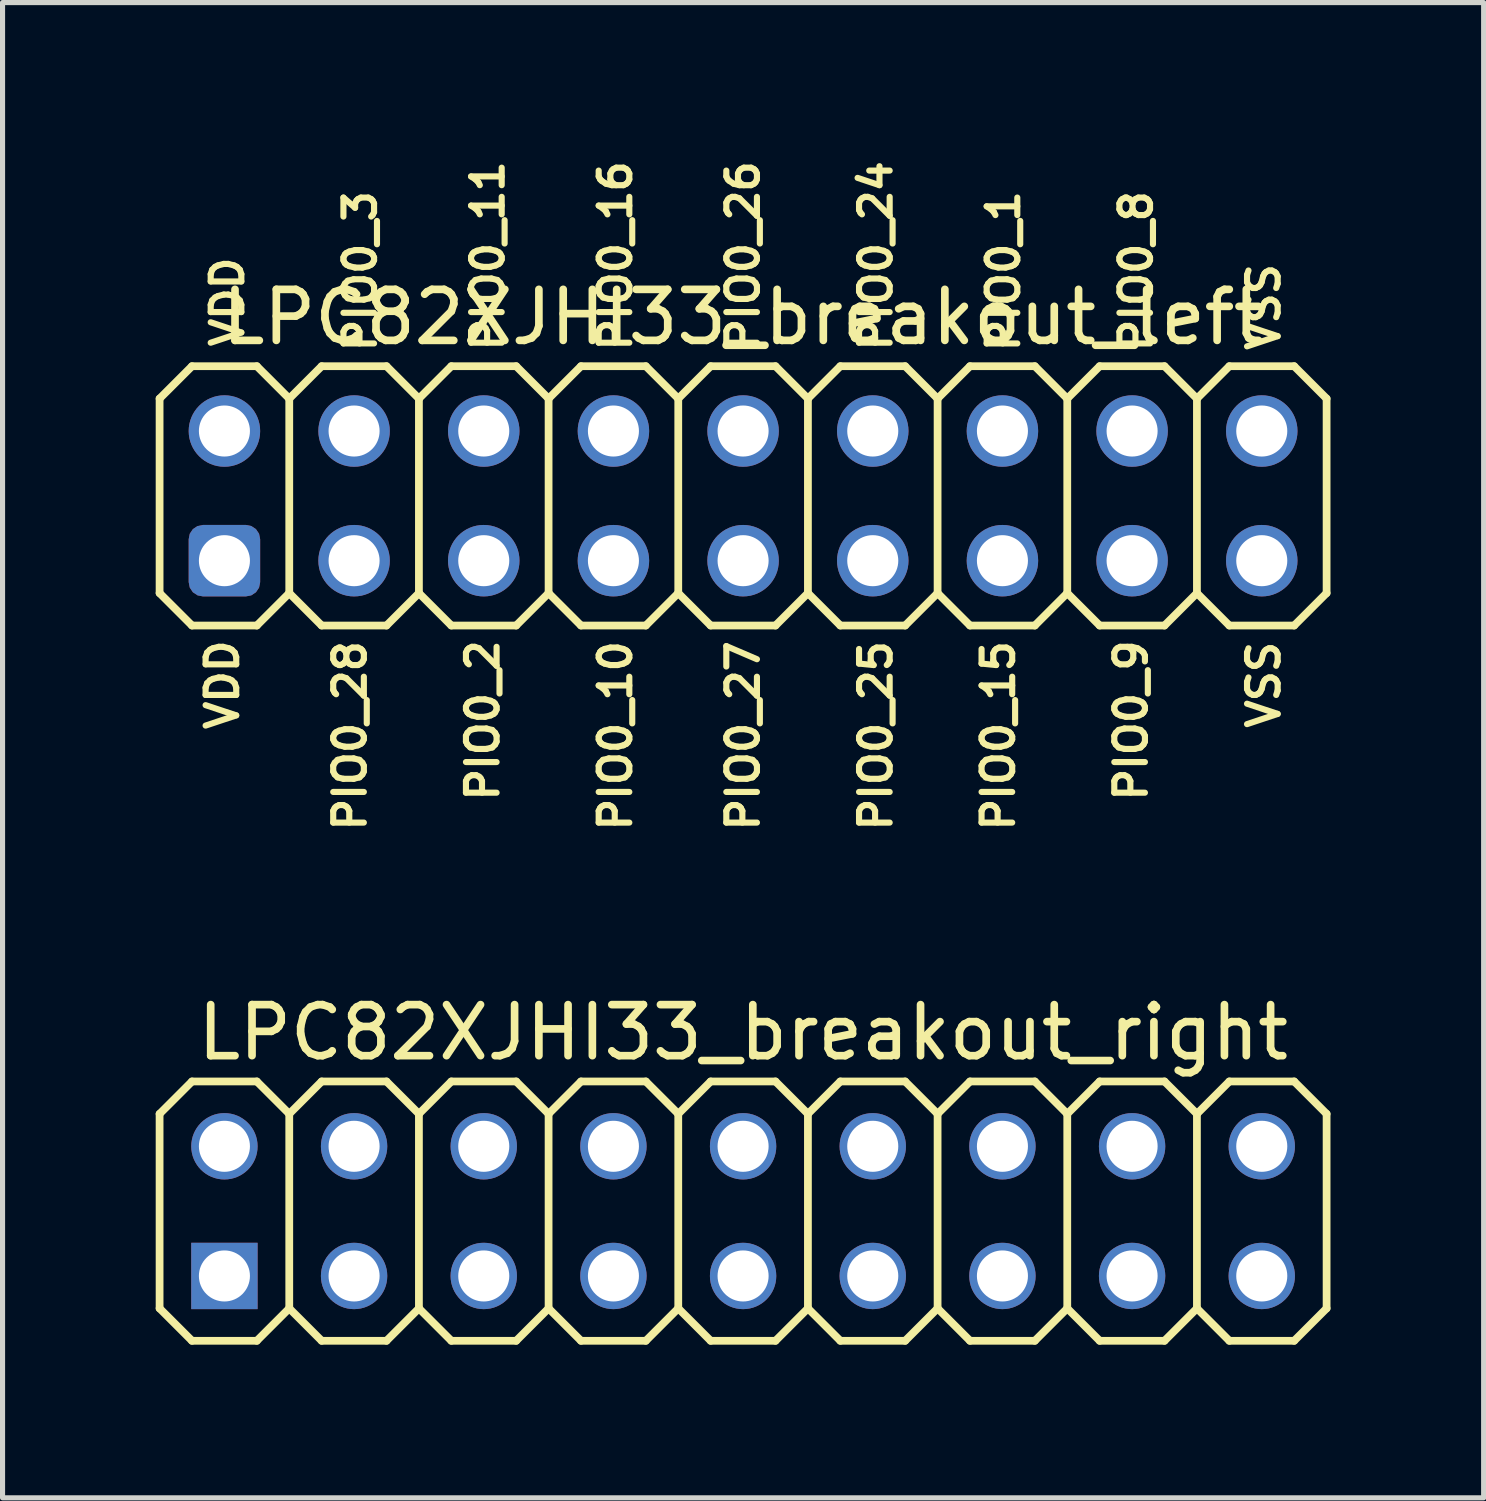
<source format=kicad_pcb>
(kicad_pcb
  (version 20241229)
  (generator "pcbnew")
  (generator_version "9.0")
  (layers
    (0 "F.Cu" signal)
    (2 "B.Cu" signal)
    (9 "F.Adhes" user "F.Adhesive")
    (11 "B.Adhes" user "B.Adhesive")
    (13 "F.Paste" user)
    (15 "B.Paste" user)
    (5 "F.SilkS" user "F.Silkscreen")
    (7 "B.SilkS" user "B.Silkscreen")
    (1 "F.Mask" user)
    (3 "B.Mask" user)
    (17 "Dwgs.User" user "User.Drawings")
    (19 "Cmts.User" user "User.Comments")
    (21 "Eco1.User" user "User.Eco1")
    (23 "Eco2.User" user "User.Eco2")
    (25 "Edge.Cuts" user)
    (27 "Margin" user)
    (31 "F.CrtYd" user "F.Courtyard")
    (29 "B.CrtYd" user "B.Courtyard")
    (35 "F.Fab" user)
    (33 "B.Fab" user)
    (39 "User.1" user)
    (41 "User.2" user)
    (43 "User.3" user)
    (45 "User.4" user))
  (footprint "LPC82XJHI33_breakout_left"
    (layer "F.Cu")
    (at 11.506 6.663)
    (property "Reference" "LPC82XJHI33_breakout_left" (at 0 -3.5 0) (layer "F.SilkS") (effects (font (size 1 1) (thickness 0.15))))
    (attr through_hole exclude_from_pos_files exclude_from_bom)
    (fp_line (start -11.43 -1.905) (end -10.795 -2.54) (stroke (width 0.152) (type solid)) (layer "F.SilkS"))
    (fp_line (start -11.43 1.905) (end -11.43 -1.905) (stroke (width 0.152) (type solid)) (layer "F.SilkS"))
    (fp_line (start -11.43 1.905) (end -10.795 2.54) (stroke (width 0.152) (type solid)) (layer "F.SilkS"))
    (fp_line (start -10.795 -2.54) (end -9.525 -2.54) (stroke (width 0.152) (type solid)) (layer "F.SilkS"))
    (fp_line (start -10.795 2.54) (end -9.525 2.54) (stroke (width 0.152) (type solid)) (layer "F.SilkS"))
    (fp_line (start -9.525 -2.54) (end -8.89 -1.905) (stroke (width 0.152) (type solid)) (layer "F.SilkS"))
    (fp_line (start -9.525 2.54) (end -8.89 1.905) (stroke (width 0.152) (type solid)) (layer "F.SilkS"))
    (fp_line (start -8.89 -1.905) (end -8.89 1.905) (stroke (width 0.152) (type solid)) (layer "F.SilkS"))
    (fp_line (start -8.89 -1.905) (end -8.255 -2.54) (stroke (width 0.152) (type solid)) (layer "F.SilkS"))
    (fp_line (start -8.89 1.905) (end -8.255 2.54) (stroke (width 0.152) (type solid)) (layer "F.SilkS"))
    (fp_line (start -8.255 -2.54) (end -6.985 -2.54) (stroke (width 0.152) (type solid)) (layer "F.SilkS"))
    (fp_line (start -8.255 2.54) (end -6.985 2.54) (stroke (width 0.152) (type solid)) (layer "F.SilkS"))
    (fp_line (start -6.985 -2.54) (end -6.35 -1.905) (stroke (width 0.152) (type solid)) (layer "F.SilkS"))
    (fp_line (start -6.985 2.54) (end -6.35 1.905) (stroke (width 0.152) (type solid)) (layer "F.SilkS"))
    (fp_line (start -6.35 -1.905) (end -6.35 1.905) (stroke (width 0.152) (type solid)) (layer "F.SilkS"))
    (fp_line (start -6.35 -1.905) (end -5.715 -2.54) (stroke (width 0.152) (type solid)) (layer "F.SilkS"))
    (fp_line (start -6.35 1.905) (end -5.715 2.54) (stroke (width 0.152) (type solid)) (layer "F.SilkS"))
    (fp_line (start -5.715 -2.54) (end -4.445 -2.54) (stroke (width 0.152) (type solid)) (layer "F.SilkS"))
    (fp_line (start -5.715 2.54) (end -4.445 2.54) (stroke (width 0.152) (type solid)) (layer "F.SilkS"))
    (fp_line (start -4.445 -2.54) (end -3.81 -1.905) (stroke (width 0.152) (type solid)) (layer "F.SilkS"))
    (fp_line (start -4.445 2.54) (end -3.81 1.905) (stroke (width 0.152) (type solid)) (layer "F.SilkS"))
    (fp_line (start -3.81 -1.905) (end -3.81 1.905) (stroke (width 0.152) (type solid)) (layer "F.SilkS"))
    (fp_line (start -3.81 -1.905) (end -3.175 -2.54) (stroke (width 0.152) (type solid)) (layer "F.SilkS"))
    (fp_line (start -3.81 1.905) (end -3.175 2.54) (stroke (width 0.152) (type solid)) (layer "F.SilkS"))
    (fp_line (start -3.175 -2.54) (end -1.905 -2.54) (stroke (width 0.152) (type solid)) (layer "F.SilkS"))
    (fp_line (start -3.175 2.54) (end -1.905 2.54) (stroke (width 0.152) (type solid)) (layer "F.SilkS"))
    (fp_line (start -1.905 -2.54) (end -1.27 -1.905) (stroke (width 0.152) (type solid)) (layer "F.SilkS"))
    (fp_line (start -1.905 2.54) (end -1.27 1.905) (stroke (width 0.152) (type solid)) (layer "F.SilkS"))
    (fp_line (start -1.27 -1.905) (end -1.27 1.905) (stroke (width 0.152) (type solid)) (layer "F.SilkS"))
    (fp_line (start -1.27 -1.905) (end -0.635 -2.54) (stroke (width 0.152) (type solid)) (layer "F.SilkS"))
    (fp_line (start -1.27 1.905) (end -0.635 2.54) (stroke (width 0.152) (type solid)) (layer "F.SilkS"))
    (fp_line (start -0.635 -2.54) (end 0.635 -2.54) (stroke (width 0.152) (type solid)) (layer "F.SilkS"))
    (fp_line (start -0.635 2.54) (end 0.635 2.54) (stroke (width 0.152) (type solid)) (layer "F.SilkS"))
    (fp_line (start 0.635 -2.54) (end 1.27 -1.905) (stroke (width 0.152) (type solid)) (layer "F.SilkS"))
    (fp_line (start 0.635 2.54) (end 1.27 1.905) (stroke (width 0.152) (type solid)) (layer "F.SilkS"))
    (fp_line (start 1.27 -1.905) (end 1.27 1.905) (stroke (width 0.152) (type solid)) (layer "F.SilkS"))
    (fp_line (start 1.27 -1.905) (end 1.905 -2.54) (stroke (width 0.152) (type solid)) (layer "F.SilkS"))
    (fp_line (start 1.27 1.905) (end 1.905 2.54) (stroke (width 0.152) (type solid)) (layer "F.SilkS"))
    (fp_line (start 1.905 -2.54) (end 3.175 -2.54) (stroke (width 0.152) (type solid)) (layer "F.SilkS"))
    (fp_line (start 1.905 2.54) (end 3.175 2.54) (stroke (width 0.152) (type solid)) (layer "F.SilkS"))
    (fp_line (start 3.175 -2.54) (end 3.81 -1.905) (stroke (width 0.152) (type solid)) (layer "F.SilkS"))
    (fp_line (start 3.175 2.54) (end 3.81 1.905) (stroke (width 0.152) (type solid)) (layer "F.SilkS"))
    (fp_line (start 3.81 -1.905) (end 3.81 1.905) (stroke (width 0.152) (type solid)) (layer "F.SilkS"))
    (fp_line (start 3.81 -1.905) (end 4.445 -2.54) (stroke (width 0.152) (type solid)) (layer "F.SilkS"))
    (fp_line (start 3.81 1.905) (end 4.445 2.54) (stroke (width 0.152) (type solid)) (layer "F.SilkS"))
    (fp_line (start 4.445 -2.54) (end 5.715 -2.54) (stroke (width 0.152) (type solid)) (layer "F.SilkS"))
    (fp_line (start 4.445 2.54) (end 5.715 2.54) (stroke (width 0.152) (type solid)) (layer "F.SilkS"))
    (fp_line (start 5.715 -2.54) (end 6.35 -1.905) (stroke (width 0.152) (type solid)) (layer "F.SilkS"))
    (fp_line (start 6.35 -1.905) (end 6.35 1.905) (stroke (width 0.152) (type solid)) (layer "F.SilkS"))
    (fp_line (start 6.35 -1.905) (end 6.985 -2.54) (stroke (width 0.152) (type solid)) (layer "F.SilkS"))
    (fp_line (start 6.35 1.905) (end 5.715 2.54) (stroke (width 0.152) (type solid)) (layer "F.SilkS"))
    (fp_line (start 6.35 1.905) (end 6.985 2.54) (stroke (width 0.152) (type solid)) (layer "F.SilkS"))
    (fp_line (start 6.985 -2.54) (end 8.255 -2.54) (stroke (width 0.152) (type solid)) (layer "F.SilkS"))
    (fp_line (start 6.985 2.54) (end 8.255 2.54) (stroke (width 0.152) (type solid)) (layer "F.SilkS"))
    (fp_line (start 8.255 -2.54) (end 8.89 -1.905) (stroke (width 0.152) (type solid)) (layer "F.SilkS"))
    (fp_line (start 8.89 -1.905) (end 8.89 1.905) (stroke (width 0.152) (type solid)) (layer "F.SilkS"))
    (fp_line (start 8.89 -1.905) (end 9.525 -2.54) (stroke (width 0.152) (type solid)) (layer "F.SilkS"))
    (fp_line (start 8.89 1.905) (end 8.255 2.54) (stroke (width 0.152) (type solid)) (layer "F.SilkS"))
    (fp_line (start 8.89 1.905) (end 9.525 2.54) (stroke (width 0.152) (type solid)) (layer "F.SilkS"))
    (fp_line (start 9.525 -2.54) (end 10.795 -2.54) (stroke (width 0.152) (type solid)) (layer "F.SilkS"))
    (fp_line (start 9.525 2.54) (end 10.795 2.54) (stroke (width 0.152) (type solid)) (layer "F.SilkS"))
    (fp_line (start 10.795 -2.54) (end 11.43 -1.905) (stroke (width 0.152) (type solid)) (layer "F.SilkS"))
    (fp_line (start 11.43 -1.905) (end 11.43 1.905) (stroke (width 0.152) (type solid)) (layer "F.SilkS"))
    (fp_line (start 11.43 1.905) (end 10.795 2.54) (stroke (width 0.152) (type solid)) (layer "F.SilkS"))
    (fp_text user "PIO0_9" (at 7.6 4.4 90) (layer "F.SilkS") (effects (font (size 0.6 0.6) (thickness 0.12))))
    (fp_text user "PIO0_16" (at -2.5 -4.7 90) (layer "F.SilkS") (effects (font (size 0.6 0.6) (thickness 0.12))))
    (fp_text user "PIO0_11" (at -5 -4.7 90) (layer "F.SilkS") (effects (font (size 0.6 0.6) (thickness 0.12))))
    (fp_text user "VSS" (at 10.2 -3.7 90) (layer "F.SilkS") (effects (font (size 0.6 0.6) (thickness 0.12))))
    (fp_text user "PIO0_24" (at 2.6 -4.7 90) (layer "F.SilkS") (effects (font (size 0.6 0.6) (thickness 0.12))))
    (fp_text user "PIO0_1" (at 5.1 -4.4 90) (layer "F.SilkS") (effects (font (size 0.6 0.6) (thickness 0.12))))
    (fp_text user "PIO0_27" (at 0 4.7 90) (layer "F.SilkS") (effects (font (size 0.6 0.6) (thickness 0.12))))
    (fp_text user "PIO0_8" (at 7.7 -4.4 90) (layer "F.SilkS") (effects (font (size 0.6 0.6) (thickness 0.12))))
    (fp_text user "PIO0_10" (at -2.5 4.7 90) (layer "F.SilkS") (effects (font (size 0.6 0.6) (thickness 0.12))))
    (fp_text user "PIO0_3" (at -7.5 -4.4 90) (layer "F.SilkS") (effects (font (size 0.6 0.6) (thickness 0.12))))
    (fp_text user "VDD" (at -10.1 -3.8 90) (layer "F.SilkS") (effects (font (size 0.6 0.6) (thickness 0.12))))
    (fp_text user "PIO0_25" (at 2.6 4.7 90) (layer "F.SilkS") (effects (font (size 0.6 0.6) (thickness 0.12))))
    (fp_text user "VSS" (at 10.2 3.7 90) (layer "F.SilkS") (effects (font (size 0.6 0.6) (thickness 0.12))))
    (fp_text user "PIO0_2" (at -5.1 4.4 90) (layer "F.SilkS") (effects (font (size 0.6 0.6) (thickness 0.12))))
    (fp_text user "VDD" (at -10.2 3.7 90) (layer "F.SilkS") (effects (font (size 0.6 0.6) (thickness 0.12))))
    (fp_text user "PIO0_26" (at 0 -4.7 90) (layer "F.SilkS") (effects (font (size 0.6 0.6) (thickness 0.12))))
    (fp_text user "PIO0_28" (at -7.7 4.7 90) (layer "F.SilkS") (effects (font (size 0.6 0.6) (thickness 0.12))))
    (fp_text user "PIO0_15" (at 5 4.7 90) (layer "F.SilkS") (effects (font (size 0.6 0.6) (thickness 0.12))))
    (pad "1" thru_hole roundrect (at -10.16 1.27) (size 1.4 1.4) (drill 1) (layers "*.Cu" "*.Mask") (roundrect_rratio 0.2))
    (pad "2" thru_hole circle (at -10.16 -1.27) (size 1.4 1.4) (drill 1) (layers "*.Cu" "*.Mask"))
    (pad "3" thru_hole circle (at -7.62 1.27) (size 1.4 1.4) (drill 1) (layers "*.Cu" "*.Mask"))
    (pad "4" thru_hole circle (at -7.62 -1.27) (size 1.4 1.4) (drill 1) (layers "*.Cu" "*.Mask"))
    (pad "5" thru_hole circle (at -5.08 1.27) (size 1.4 1.4) (drill 1) (layers "*.Cu" "*.Mask"))
    (pad "6" thru_hole circle (at -5.08 -1.27) (size 1.4 1.4) (drill 1) (layers "*.Cu" "*.Mask"))
    (pad "7" thru_hole circle (at -2.54 1.27) (size 1.4 1.4) (drill 1) (layers "*.Cu" "*.Mask"))
    (pad "8" thru_hole circle (at -2.54 -1.27) (size 1.4 1.4) (drill 1) (layers "*.Cu" "*.Mask"))
    (pad "9" thru_hole circle (at 0 1.27) (size 1.4 1.4) (drill 1) (layers "*.Cu" "*.Mask"))
    (pad "10" thru_hole circle (at 0 -1.27) (size 1.4 1.4) (drill 1) (layers "*.Cu" "*.Mask"))
    (pad "11" thru_hole circle (at 2.54 1.27) (size 1.4 1.4) (drill 1) (layers "*.Cu" "*.Mask"))
    (pad "12" thru_hole circle (at 2.54 -1.27) (size 1.4 1.4) (drill 1) (layers "*.Cu" "*.Mask"))
    (pad "13" thru_hole circle (at 5.08 1.27) (size 1.4 1.4) (drill 1) (layers "*.Cu" "*.Mask"))
    (pad "14" thru_hole circle (at 5.08 -1.27) (size 1.4 1.4) (drill 1) (layers "*.Cu" "*.Mask"))
    (pad "15" thru_hole circle (at 7.62 1.27) (size 1.4 1.4) (drill 1) (layers "*.Cu" "*.Mask"))
    (pad "16" thru_hole circle (at 7.62 -1.27) (size 1.4 1.4) (drill 1) (layers "*.Cu" "*.Mask"))
    (pad "17" thru_hole circle (at 10.16 1.27) (size 1.4 1.4) (drill 1) (layers "*.Cu" "*.Mask"))
    (pad "18" thru_hole circle (at 10.16 -1.27) (size 1.4 1.4) (drill 1) (layers "*.Cu" "*.Mask")))
  (footprint "LPC82XJHI33_breakout_right"
    (layer "F.Cu")
    (at 11.506 20.674)
    (property "Reference" "LPC82XJHI33_breakout_right" (at 0 -3.5 0) (layer "F.SilkS") (effects (font (size 1 1) (thickness 0.15))))
    (attr exclude_from_pos_files exclude_from_bom)
    (fp_line (start -11.43 -1.905) (end -10.795 -2.54) (stroke (width 0.152) (type solid)) (layer "F.SilkS"))
    (fp_line (start -11.43 1.905) (end -11.43 -1.905) (stroke (width 0.152) (type solid)) (layer "F.SilkS"))
    (fp_line (start -11.43 1.905) (end -10.795 2.54) (stroke (width 0.152) (type solid)) (layer "F.SilkS"))
    (fp_line (start -10.795 -2.54) (end -9.525 -2.54) (stroke (width 0.152) (type solid)) (layer "F.SilkS"))
    (fp_line (start -10.795 2.54) (end -9.525 2.54) (stroke (width 0.152) (type solid)) (layer "F.SilkS"))
    (fp_line (start -9.525 -2.54) (end -8.89 -1.905) (stroke (width 0.152) (type solid)) (layer "F.SilkS"))
    (fp_line (start -9.525 2.54) (end -8.89 1.905) (stroke (width 0.152) (type solid)) (layer "F.SilkS"))
    (fp_line (start -8.89 -1.905) (end -8.89 1.905) (stroke (width 0.152) (type solid)) (layer "F.SilkS"))
    (fp_line (start -8.89 -1.905) (end -8.255 -2.54) (stroke (width 0.152) (type solid)) (layer "F.SilkS"))
    (fp_line (start -8.89 1.905) (end -8.255 2.54) (stroke (width 0.152) (type solid)) (layer "F.SilkS"))
    (fp_line (start -8.255 -2.54) (end -6.985 -2.54) (stroke (width 0.152) (type solid)) (layer "F.SilkS"))
    (fp_line (start -8.255 2.54) (end -6.985 2.54) (stroke (width 0.152) (type solid)) (layer "F.SilkS"))
    (fp_line (start -6.985 -2.54) (end -6.35 -1.905) (stroke (width 0.152) (type solid)) (layer "F.SilkS"))
    (fp_line (start -6.985 2.54) (end -6.35 1.905) (stroke (width 0.152) (type solid)) (layer "F.SilkS"))
    (fp_line (start -6.35 -1.905) (end -6.35 1.905) (stroke (width 0.152) (type solid)) (layer "F.SilkS"))
    (fp_line (start -6.35 -1.905) (end -5.715 -2.54) (stroke (width 0.152) (type solid)) (layer "F.SilkS"))
    (fp_line (start -6.35 1.905) (end -5.715 2.54) (stroke (width 0.152) (type solid)) (layer "F.SilkS"))
    (fp_line (start -5.715 -2.54) (end -4.445 -2.54) (stroke (width 0.152) (type solid)) (layer "F.SilkS"))
    (fp_line (start -5.715 2.54) (end -4.445 2.54) (stroke (width 0.152) (type solid)) (layer "F.SilkS"))
    (fp_line (start -4.445 -2.54) (end -3.81 -1.905) (stroke (width 0.152) (type solid)) (layer "F.SilkS"))
    (fp_line (start -4.445 2.54) (end -3.81 1.905) (stroke (width 0.152) (type solid)) (layer "F.SilkS"))
    (fp_line (start -3.81 -1.905) (end -3.81 1.905) (stroke (width 0.152) (type solid)) (layer "F.SilkS"))
    (fp_line (start -3.81 -1.905) (end -3.175 -2.54) (stroke (width 0.152) (type solid)) (layer "F.SilkS"))
    (fp_line (start -3.81 1.905) (end -3.175 2.54) (stroke (width 0.152) (type solid)) (layer "F.SilkS"))
    (fp_line (start -3.175 -2.54) (end -1.905 -2.54) (stroke (width 0.152) (type solid)) (layer "F.SilkS"))
    (fp_line (start -3.175 2.54) (end -1.905 2.54) (stroke (width 0.152) (type solid)) (layer "F.SilkS"))
    (fp_line (start -1.905 -2.54) (end -1.27 -1.905) (stroke (width 0.152) (type solid)) (layer "F.SilkS"))
    (fp_line (start -1.905 2.54) (end -1.27 1.905) (stroke (width 0.152) (type solid)) (layer "F.SilkS"))
    (fp_line (start -1.27 -1.905) (end -1.27 1.905) (stroke (width 0.152) (type solid)) (layer "F.SilkS"))
    (fp_line (start -1.27 -1.905) (end -0.635 -2.54) (stroke (width 0.152) (type solid)) (layer "F.SilkS"))
    (fp_line (start -1.27 1.905) (end -0.635 2.54) (stroke (width 0.152) (type solid)) (layer "F.SilkS"))
    (fp_line (start -0.635 -2.54) (end 0.635 -2.54) (stroke (width 0.152) (type solid)) (layer "F.SilkS"))
    (fp_line (start -0.635 2.54) (end 0.635 2.54) (stroke (width 0.152) (type solid)) (layer "F.SilkS"))
    (fp_line (start 0.635 -2.54) (end 1.27 -1.905) (stroke (width 0.152) (type solid)) (layer "F.SilkS"))
    (fp_line (start 0.635 2.54) (end 1.27 1.905) (stroke (width 0.152) (type solid)) (layer "F.SilkS"))
    (fp_line (start 1.27 -1.905) (end 1.27 1.905) (stroke (width 0.152) (type solid)) (layer "F.SilkS"))
    (fp_line (start 1.27 -1.905) (end 1.905 -2.54) (stroke (width 0.152) (type solid)) (layer "F.SilkS"))
    (fp_line (start 1.27 1.905) (end 1.905 2.54) (stroke (width 0.152) (type solid)) (layer "F.SilkS"))
    (fp_line (start 1.905 -2.54) (end 3.175 -2.54) (stroke (width 0.152) (type solid)) (layer "F.SilkS"))
    (fp_line (start 1.905 2.54) (end 3.175 2.54) (stroke (width 0.152) (type solid)) (layer "F.SilkS"))
    (fp_line (start 3.175 -2.54) (end 3.81 -1.905) (stroke (width 0.152) (type solid)) (layer "F.SilkS"))
    (fp_line (start 3.175 2.54) (end 3.81 1.905) (stroke (width 0.152) (type solid)) (layer "F.SilkS"))
    (fp_line (start 3.81 -1.905) (end 3.81 1.905) (stroke (width 0.152) (type solid)) (layer "F.SilkS"))
    (fp_line (start 3.81 -1.905) (end 4.445 -2.54) (stroke (width 0.152) (type solid)) (layer "F.SilkS"))
    (fp_line (start 3.81 1.905) (end 4.445 2.54) (stroke (width 0.152) (type solid)) (layer "F.SilkS"))
    (fp_line (start 4.445 -2.54) (end 5.715 -2.54) (stroke (width 0.152) (type solid)) (layer "F.SilkS"))
    (fp_line (start 4.445 2.54) (end 5.715 2.54) (stroke (width 0.152) (type solid)) (layer "F.SilkS"))
    (fp_line (start 5.715 -2.54) (end 6.35 -1.905) (stroke (width 0.152) (type solid)) (layer "F.SilkS"))
    (fp_line (start 6.35 -1.905) (end 6.35 1.905) (stroke (width 0.152) (type solid)) (layer "F.SilkS"))
    (fp_line (start 6.35 -1.905) (end 6.985 -2.54) (stroke (width 0.152) (type solid)) (layer "F.SilkS"))
    (fp_line (start 6.35 1.905) (end 5.715 2.54) (stroke (width 0.152) (type solid)) (layer "F.SilkS"))
    (fp_line (start 6.35 1.905) (end 6.985 2.54) (stroke (width 0.152) (type solid)) (layer "F.SilkS"))
    (fp_line (start 6.985 -2.54) (end 8.255 -2.54) (stroke (width 0.152) (type solid)) (layer "F.SilkS"))
    (fp_line (start 6.985 2.54) (end 8.255 2.54) (stroke (width 0.152) (type solid)) (layer "F.SilkS"))
    (fp_line (start 8.255 -2.54) (end 8.89 -1.905) (stroke (width 0.152) (type solid)) (layer "F.SilkS"))
    (fp_line (start 8.89 -1.905) (end 8.89 1.905) (stroke (width 0.152) (type solid)) (layer "F.SilkS"))
    (fp_line (start 8.89 -1.905) (end 9.525 -2.54) (stroke (width 0.152) (type solid)) (layer "F.SilkS"))
    (fp_line (start 8.89 1.905) (end 8.255 2.54) (stroke (width 0.152) (type solid)) (layer "F.SilkS"))
    (fp_line (start 8.89 1.905) (end 9.525 2.54) (stroke (width 0.152) (type solid)) (layer "F.SilkS"))
    (fp_line (start 9.525 -2.54) (end 10.795 -2.54) (stroke (width 0.152) (type solid)) (layer "F.SilkS"))
    (fp_line (start 9.525 2.54) (end 10.795 2.54) (stroke (width 0.152) (type solid)) (layer "F.SilkS"))
    (fp_line (start 10.795 -2.54) (end 11.43 -1.905) (stroke (width 0.152) (type solid)) (layer "F.SilkS"))
    (fp_line (start 11.43 -1.905) (end 11.43 1.905) (stroke (width 0.152) (type solid)) (layer "F.SilkS"))
    (fp_line (start 11.43 1.905) (end 10.795 2.54) (stroke (width 0.152) (type solid)) (layer "F.SilkS"))
    (pad "1" thru_hole rect (at -10.16 1.27) (size 1.3 1.3) (drill 1) (layers "*.Cu" "*.Mask"))
    (pad "2" thru_hole circle (at -10.16 -1.27) (size 1.3 1.3) (drill 1) (layers "*.Cu" "*.Mask"))
    (pad "3" thru_hole circle (at -7.62 1.27) (size 1.3 1.3) (drill 1) (layers "*.Cu" "*.Mask"))
    (pad "4" thru_hole circle (at -7.62 -1.27) (size 1.3 1.3) (drill 1) (layers "*.Cu" "*.Mask"))
    (pad "5" thru_hole circle (at -5.08 1.27) (size 1.3 1.3) (drill 1) (layers "*.Cu" "*.Mask"))
    (pad "6" thru_hole circle (at -5.08 -1.27) (size 1.3 1.3) (drill 1) (layers "*.Cu" "*.Mask"))
    (pad "7" thru_hole circle (at -2.54 1.27) (size 1.3 1.3) (drill 1) (layers "*.Cu" "*.Mask"))
    (pad "8" thru_hole circle (at -2.54 -1.27) (size 1.3 1.3) (drill 1) (layers "*.Cu" "*.Mask"))
    (pad "9" thru_hole circle (at 0 1.27) (size 1.3 1.3) (drill 1) (layers "*.Cu" "*.Mask"))
    (pad "10" thru_hole circle (at 0 -1.27) (size 1.3 1.3) (drill 1) (layers "*.Cu" "*.Mask"))
    (pad "11" thru_hole circle (at 2.54 1.27) (size 1.3 1.3) (drill 1) (layers "*.Cu" "*.Mask"))
    (pad "12" thru_hole circle (at 2.54 -1.27) (size 1.3 1.3) (drill 1) (layers "*.Cu" "*.Mask"))
    (pad "13" thru_hole circle (at 5.08 1.27) (size 1.3 1.3) (drill 1) (layers "*.Cu" "*.Mask"))
    (pad "14" thru_hole circle (at 5.08 -1.27) (size 1.3 1.3) (drill 1) (layers "*.Cu" "*.Mask"))
    (pad "15" thru_hole circle (at 7.62 1.27) (size 1.3 1.3) (drill 1) (layers "*.Cu" "*.Mask"))
    (pad "16" thru_hole circle (at 7.62 -1.27) (size 1.3 1.3) (drill 1) (layers "*.Cu" "*.Mask"))
    (pad "17" thru_hole circle (at 10.16 1.27) (size 1.3 1.3) (drill 1) (layers "*.Cu" "*.Mask"))
    (pad "18" thru_hole circle (at 10.16 -1.27) (size 1.3 1.3) (drill 1) (layers "*.Cu" "*.Mask")))
  (gr_rect
    (start -3 -3)
    (end 26.012 26.29)
    (stroke (width 0.1) (type default))
    (fill no)
    (layer "Edge.Cuts")))
</source>
